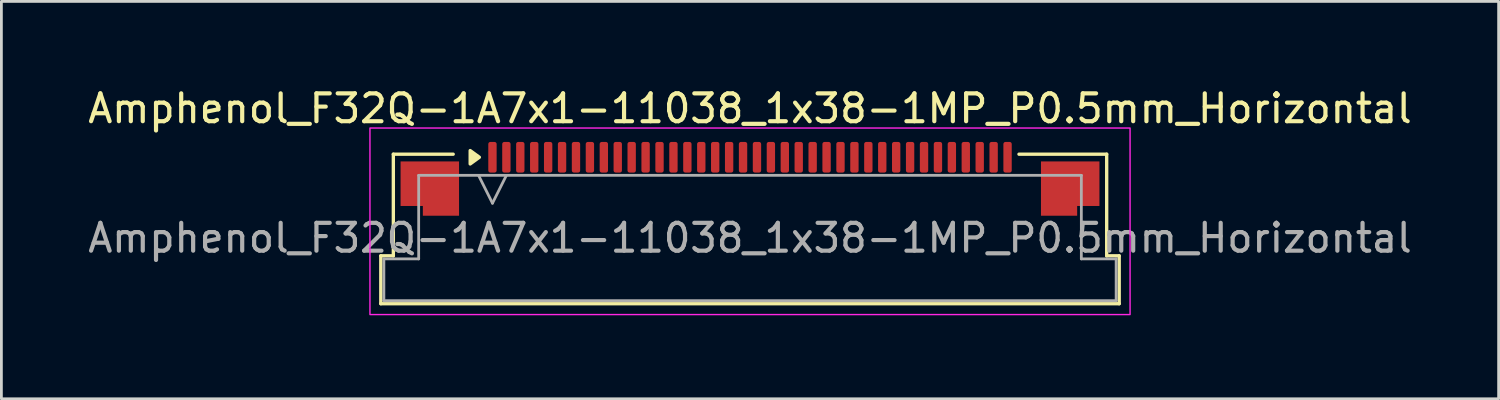
<source format=kicad_pcb>
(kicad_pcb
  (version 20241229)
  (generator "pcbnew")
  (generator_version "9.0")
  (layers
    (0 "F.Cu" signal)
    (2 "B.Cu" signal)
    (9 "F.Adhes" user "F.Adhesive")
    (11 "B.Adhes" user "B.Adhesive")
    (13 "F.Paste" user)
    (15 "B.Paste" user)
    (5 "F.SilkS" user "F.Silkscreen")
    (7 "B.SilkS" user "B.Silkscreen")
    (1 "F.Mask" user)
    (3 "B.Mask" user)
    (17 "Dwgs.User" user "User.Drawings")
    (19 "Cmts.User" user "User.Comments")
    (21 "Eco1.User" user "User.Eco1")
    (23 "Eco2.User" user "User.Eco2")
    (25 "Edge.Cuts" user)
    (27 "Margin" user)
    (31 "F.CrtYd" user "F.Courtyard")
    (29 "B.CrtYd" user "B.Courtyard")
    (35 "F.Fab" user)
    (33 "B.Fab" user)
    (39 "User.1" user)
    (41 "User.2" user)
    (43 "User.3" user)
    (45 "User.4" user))
  (footprint "Amphenol_F32Q-1A7x1-11038_1x38-1MP_P0.5mm_Horizontal"
    (layer "F.Cu")
    (at 23.887 5.498)
    (property "Reference" "Amphenol_F32Q-1A7x1-11038_1x38-1MP_P0.5mm_Horizontal" (at 0 -4.65 0) (layer "F.SilkS") (effects (font (size 1 1) (thickness 0.15))))
    (attr smd)
    (fp_line (start -13.26 0.64) (end -12.81 0.64) (stroke (width 0.12) (type solid)) (layer "F.SilkS"))
    (fp_line (start -13.26 2.36) (end -13.26 0.64) (stroke (width 0.12) (type solid)) (layer "F.SilkS"))
    (fp_line (start -12.81 -3.01) (end -10.66 -3.01) (stroke (width 0.12) (type solid)) (layer "F.SilkS"))
    (fp_line (start -12.81 0.64) (end -12.81 -3.01) (stroke (width 0.12) (type solid)) (layer "F.SilkS"))
    (fp_line (start 9.66 -3.01) (end 12.81 -3.01) (stroke (width 0.12) (type solid)) (layer "F.SilkS"))
    (fp_line (start 12.81 -3.01) (end 12.81 0.64) (stroke (width 0.12) (type solid)) (layer "F.SilkS"))
    (fp_line (start 12.81 0.64) (end 13.26 0.64) (stroke (width 0.12) (type solid)) (layer "F.SilkS"))
    (fp_line (start 13.26 0.64) (end 13.26 2.36) (stroke (width 0.12) (type solid)) (layer "F.SilkS"))
    (fp_line (start 13.26 2.36) (end -13.26 2.36) (stroke (width 0.12) (type solid)) (layer "F.SilkS"))
    (fp_poly (pts (xy -9.72 -2.9) (xy -10.05 -2.66) (xy -10.05 -3.14)) (stroke (width 0.12) (type solid)) (fill yes) (layer "F.SilkS"))
    (fp_rect (start -13.65 -3.95) (end 13.65 2.75) (stroke (width 0.05) (type solid)) (fill no) (layer "F.CrtYd"))
    (fp_line (start -13.15 0.75) (end -11.9 0.75) (stroke (width 0.1) (type solid)) (layer "F.Fab"))
    (fp_line (start -13.15 2.25) (end -13.15 0.75) (stroke (width 0.1) (type solid)) (layer "F.Fab"))
    (fp_line (start -11.9 -2.25) (end 11.9 -2.25) (stroke (width 0.1) (type solid)) (layer "F.Fab"))
    (fp_line (start -11.9 0.75) (end -11.9 -2.25) (stroke (width 0.1) (type solid)) (layer "F.Fab"))
    (fp_line (start -9.75 -2.25) (end -9.25 -1.25) (stroke (width 0.1) (type solid)) (layer "F.Fab"))
    (fp_line (start -9.25 -1.25) (end -8.75 -2.25) (stroke (width 0.1) (type solid)) (layer "F.Fab"))
    (fp_line (start 11.9 -2.25) (end 11.9 0.75) (stroke (width 0.1) (type solid)) (layer "F.Fab"))
    (fp_line (start 11.9 0.75) (end 13.15 0.75) (stroke (width 0.1) (type solid)) (layer "F.Fab"))
    (fp_line (start 13.15 0.75) (end 13.15 2.25) (stroke (width 0.1) (type solid)) (layer "F.Fab"))
    (fp_line (start 13.15 2.25) (end -13.15 2.25) (stroke (width 0.1) (type solid)) (layer "F.Fab"))
    (fp_text user "${REFERENCE}" (at 0 0 0) (layer "F.Fab") (effects (font (size 1 1) (thickness 0.15))))
    (pad "1" smd roundrect (at -9.25 -2.9) (size 0.3 1.1) (layers "F.Cu" "F.Mask" "F.Paste") (roundrect_rratio 0.25))
    (pad "2" smd roundrect (at -8.75 -2.9) (size 0.3 1.1) (layers "F.Cu" "F.Mask" "F.Paste") (roundrect_rratio 0.25))
    (pad "3" smd roundrect (at -8.25 -2.9) (size 0.3 1.1) (layers "F.Cu" "F.Mask" "F.Paste") (roundrect_rratio 0.25))
    (pad "4" smd roundrect (at -7.75 -2.9) (size 0.3 1.1) (layers "F.Cu" "F.Mask" "F.Paste") (roundrect_rratio 0.25))
    (pad "5" smd roundrect (at -7.25 -2.9) (size 0.3 1.1) (layers "F.Cu" "F.Mask" "F.Paste") (roundrect_rratio 0.25))
    (pad "6" smd roundrect (at -6.75 -2.9) (size 0.3 1.1) (layers "F.Cu" "F.Mask" "F.Paste") (roundrect_rratio 0.25))
    (pad "7" smd roundrect (at -6.25 -2.9) (size 0.3 1.1) (layers "F.Cu" "F.Mask" "F.Paste") (roundrect_rratio 0.25))
    (pad "8" smd roundrect (at -5.75 -2.9) (size 0.3 1.1) (layers "F.Cu" "F.Mask" "F.Paste") (roundrect_rratio 0.25))
    (pad "9" smd roundrect (at -5.25 -2.9) (size 0.3 1.1) (layers "F.Cu" "F.Mask" "F.Paste") (roundrect_rratio 0.25))
    (pad "10" smd roundrect (at -4.75 -2.9) (size 0.3 1.1) (layers "F.Cu" "F.Mask" "F.Paste") (roundrect_rratio 0.25))
    (pad "11" smd roundrect (at -4.25 -2.9) (size 0.3 1.1) (layers "F.Cu" "F.Mask" "F.Paste") (roundrect_rratio 0.25))
    (pad "12" smd roundrect (at -3.75 -2.9) (size 0.3 1.1) (layers "F.Cu" "F.Mask" "F.Paste") (roundrect_rratio 0.25))
    (pad "13" smd roundrect (at -3.25 -2.9) (size 0.3 1.1) (layers "F.Cu" "F.Mask" "F.Paste") (roundrect_rratio 0.25))
    (pad "14" smd roundrect (at -2.75 -2.9) (size 0.3 1.1) (layers "F.Cu" "F.Mask" "F.Paste") (roundrect_rratio 0.25))
    (pad "15" smd roundrect (at -2.25 -2.9) (size 0.3 1.1) (layers "F.Cu" "F.Mask" "F.Paste") (roundrect_rratio 0.25))
    (pad "16" smd roundrect (at -1.75 -2.9) (size 0.3 1.1) (layers "F.Cu" "F.Mask" "F.Paste") (roundrect_rratio 0.25))
    (pad "17" smd roundrect (at -1.25 -2.9) (size 0.3 1.1) (layers "F.Cu" "F.Mask" "F.Paste") (roundrect_rratio 0.25))
    (pad "18" smd roundrect (at -0.75 -2.9) (size 0.3 1.1) (layers "F.Cu" "F.Mask" "F.Paste") (roundrect_rratio 0.25))
    (pad "19" smd roundrect (at -0.25 -2.9) (size 0.3 1.1) (layers "F.Cu" "F.Mask" "F.Paste") (roundrect_rratio 0.25))
    (pad "20" smd roundrect (at 0.25 -2.9) (size 0.3 1.1) (layers "F.Cu" "F.Mask" "F.Paste") (roundrect_rratio 0.25))
    (pad "21" smd roundrect (at 0.75 -2.9) (size 0.3 1.1) (layers "F.Cu" "F.Mask" "F.Paste") (roundrect_rratio 0.25))
    (pad "22" smd roundrect (at 1.25 -2.9) (size 0.3 1.1) (layers "F.Cu" "F.Mask" "F.Paste") (roundrect_rratio 0.25))
    (pad "23" smd roundrect (at 1.75 -2.9) (size 0.3 1.1) (layers "F.Cu" "F.Mask" "F.Paste") (roundrect_rratio 0.25))
    (pad "24" smd roundrect (at 2.25 -2.9) (size 0.3 1.1) (layers "F.Cu" "F.Mask" "F.Paste") (roundrect_rratio 0.25))
    (pad "25" smd roundrect (at 2.75 -2.9) (size 0.3 1.1) (layers "F.Cu" "F.Mask" "F.Paste") (roundrect_rratio 0.25))
    (pad "26" smd roundrect (at 3.25 -2.9) (size 0.3 1.1) (layers "F.Cu" "F.Mask" "F.Paste") (roundrect_rratio 0.25))
    (pad "27" smd roundrect (at 3.75 -2.9) (size 0.3 1.1) (layers "F.Cu" "F.Mask" "F.Paste") (roundrect_rratio 0.25))
    (pad "28" smd roundrect (at 4.25 -2.9) (size 0.3 1.1) (layers "F.Cu" "F.Mask" "F.Paste") (roundrect_rratio 0.25))
    (pad "29" smd roundrect (at 4.75 -2.9) (size 0.3 1.1) (layers "F.Cu" "F.Mask" "F.Paste") (roundrect_rratio 0.25))
    (pad "30" smd roundrect (at 5.25 -2.9) (size 0.3 1.1) (layers "F.Cu" "F.Mask" "F.Paste") (roundrect_rratio 0.25))
    (pad "31" smd roundrect (at 5.75 -2.9) (size 0.3 1.1) (layers "F.Cu" "F.Mask" "F.Paste") (roundrect_rratio 0.25))
    (pad "32" smd roundrect (at 6.25 -2.9) (size 0.3 1.1) (layers "F.Cu" "F.Mask" "F.Paste") (roundrect_rratio 0.25))
    (pad "33" smd roundrect (at 6.75 -2.9) (size 0.3 1.1) (layers "F.Cu" "F.Mask" "F.Paste") (roundrect_rratio 0.25))
    (pad "34" smd roundrect (at 7.25 -2.9) (size 0.3 1.1) (layers "F.Cu" "F.Mask" "F.Paste") (roundrect_rratio 0.25))
    (pad "35" smd roundrect (at 7.75 -2.9) (size 0.3 1.1) (layers "F.Cu" "F.Mask" "F.Paste") (roundrect_rratio 0.25))
    (pad "36" smd roundrect (at 8.25 -2.9) (size 0.3 1.1) (layers "F.Cu" "F.Mask" "F.Paste") (roundrect_rratio 0.25))
    (pad "37" smd roundrect (at 8.75 -2.9) (size 0.3 1.1) (layers "F.Cu" "F.Mask" "F.Paste") (roundrect_rratio 0.25))
    (pad "38" smd roundrect (at 9.25 -2.9) (size 0.3 1.1) (layers "F.Cu" "F.Mask" "F.Paste") (roundrect_rratio 0.25))
    (pad "MP" smd custom (at -11.5 -1.775) (size 1 1) (layers "F.Cu" "F.Mask" "F.Paste") (options (anchor circle)) (primitives (gr_poly (pts (xy 1.05 -0.975) (xy 1.05 0.975) (xy -0.25 0.975) (xy -0.25 0.625) (xy -1.05 0.625) (xy -1.05 -0.975)) (width 0) (fill yes))))
    (pad "MP" smd custom (at 11.5 -1.775) (size 1 1) (layers "F.Cu" "F.Mask" "F.Paste") (options (anchor circle)) (primitives (gr_poly (pts (xy -1.05 -0.975) (xy -1.05 0.975) (xy 0.25 0.975) (xy 0.25 0.625) (xy 1.05 0.625) (xy 1.05 -0.975)) (width 0) (fill yes)))))
  (gr_rect
    (start -3 -3)
    (end 50.774 11.273)
    (stroke (width 0.1) (type default))
    (fill no)
    (layer "Edge.Cuts")))
</source>
